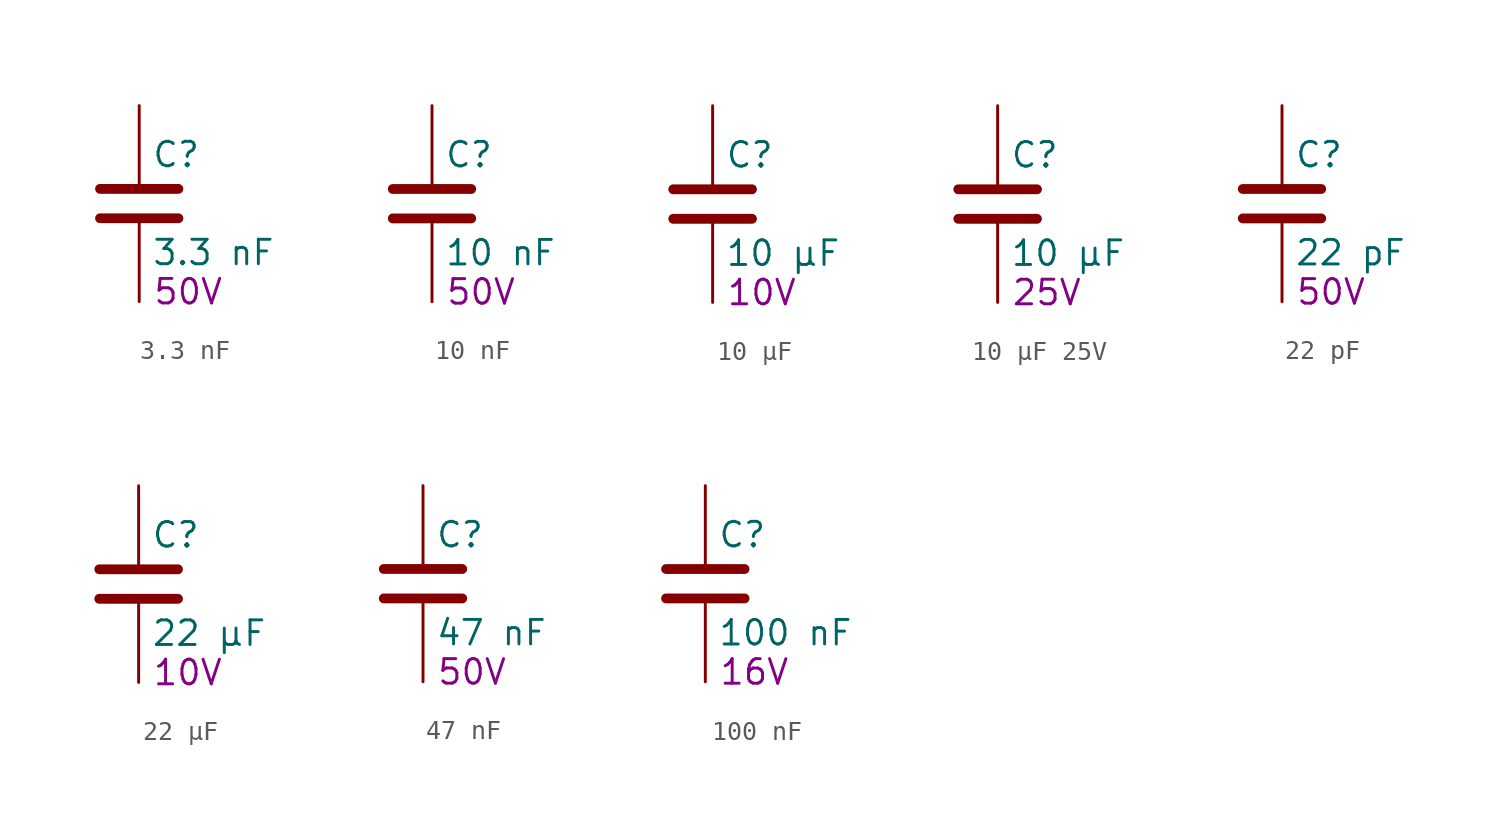
<source format=kicad_sym>
(kicad_symbol_lib
  (version 20241209)
  (generator "kicad_symbol_editor")
  (generator_version "9.0")
  (symbol "3.3 nF"
    (pin_numbers
      (hide yes))
    (pin_names
      (offset 0.254))
    (property "Reference" "C"
      (at 0.635 2.54 0)
      (effects (font (size 1.27 1.27)) (justify left)))
    (property "Value" "3.3 nF"
      (at 0.635 -2.54 0)
      (effects (font (size 1.27 1.27)) (justify left)))
    (property "Voltage Rating" "50V"
      (at 2.54 -4.572 0)
      (effects (font (size 1.27 1.27))))
    (symbol "3.3 nF_0_1"
      (polyline (pts (xy -2.032 0.762) (xy 2.032 0.762)) (stroke (width 0.508) (type default)) (fill (type none)))
      (polyline (pts (xy -2.032 -0.762) (xy 2.032 -0.762)) (stroke (width 0.508) (type default)) (fill (type none))))
    (symbol "3.3 nF_1_1"
      (pin passive line (at 0 5.08 270) (length 4.064) (name "~" (effects (font (size 1.27 1.27)))) (number "1" (effects (font (size 1.27 1.27)))))
      (pin passive line (at 0 -5.08 90) (length 4.064) (name "~" (effects (font (size 1.27 1.27)))) (number "2" (effects (font (size 1.27 1.27)))))))
  (symbol "10 nF"
    (pin_numbers
      (hide yes))
    (pin_names
      (offset 0.254))
    (property "Reference" "C"
      (at 0.635 2.54 0)
      (effects (font (size 1.27 1.27)) (justify left)))
    (property "Value" "10 nF"
      (at 0.635 -2.54 0)
      (effects (font (size 1.27 1.27)) (justify left)))
    (property "Voltage Rating" "50V"
      (at 2.54 -4.572 0)
      (effects (font (size 1.27 1.27))))
    (symbol "10 nF_0_1"
      (polyline (pts (xy -2.032 0.762) (xy 2.032 0.762)) (stroke (width 0.508) (type default)) (fill (type none)))
      (polyline (pts (xy -2.032 -0.762) (xy 2.032 -0.762)) (stroke (width 0.508) (type default)) (fill (type none))))
    (symbol "10 nF_1_1"
      (pin passive line (at 0 5.08 270) (length 4.064) (name "~" (effects (font (size 1.27 1.27)))) (number "1" (effects (font (size 1.27 1.27)))))
      (pin passive line (at 0 -5.08 90) (length 4.064) (name "~" (effects (font (size 1.27 1.27)))) (number "2" (effects (font (size 1.27 1.27)))))))
  (symbol "10 µF"
    (pin_numbers
      (hide yes))
    (pin_names
      (offset 0.254))
    (property "Reference" "C"
      (at 0.635 2.54 0)
      (effects (font (size 1.27 1.27)) (justify left)))
    (property "Value" "10 µF"
      (at 0.635 -2.54 0)
      (effects (font (size 1.27 1.27)) (justify left)))
    (property "Voltage Rating" "10V"
      (at 2.54 -4.572 0)
      (effects (font (size 1.27 1.27))))
    (symbol "10 µF_0_1"
      (polyline (pts (xy -2.032 0.762) (xy 2.032 0.762)) (stroke (width 0.508) (type default)) (fill (type none)))
      (polyline (pts (xy -2.032 -0.762) (xy 2.032 -0.762)) (stroke (width 0.508) (type default)) (fill (type none))))
    (symbol "10 µF_1_1"
      (pin passive line (at 0 5.08 270) (length 4.064) (name "~" (effects (font (size 1.27 1.27)))) (number "1" (effects (font (size 1.27 1.27)))))
      (pin passive line (at 0 -5.08 90) (length 4.064) (name "~" (effects (font (size 1.27 1.27)))) (number "2" (effects (font (size 1.27 1.27)))))))
  (symbol "10 µF 25V"
    (pin_numbers
      (hide yes))
    (pin_names
      (offset 0.254))
    (property "Reference" "C"
      (at 0.635 2.54 0)
      (effects (font (size 1.27 1.27)) (justify left)))
    (property "Value" "10 µF"
      (at 0.635 -2.54 0)
      (effects (font (size 1.27 1.27)) (justify left)))
    (property "Voltage Rating" "25V"
      (at 2.54 -4.572 0)
      (effects (font (size 1.27 1.27))))
    (symbol "10 µF 25V_0_1"
      (polyline (pts (xy -2.032 0.762) (xy 2.032 0.762)) (stroke (width 0.508) (type default)) (fill (type none)))
      (polyline (pts (xy -2.032 -0.762) (xy 2.032 -0.762)) (stroke (width 0.508) (type default)) (fill (type none))))
    (symbol "10 µF 25V_1_1"
      (pin passive line (at 0 5.08 270) (length 4.064) (name "~" (effects (font (size 1.27 1.27)))) (number "1" (effects (font (size 1.27 1.27)))))
      (pin passive line (at 0 -5.08 90) (length 4.064) (name "~" (effects (font (size 1.27 1.27)))) (number "2" (effects (font (size 1.27 1.27)))))))
  (symbol "22 pF"
    (pin_numbers
      (hide yes))
    (pin_names
      (offset 0.254))
    (property "Reference" "C"
      (at 0.635 2.54 0)
      (effects (font (size 1.27 1.27)) (justify left)))
    (property "Value" "22 pF"
      (at 0.635 -2.54 0)
      (effects (font (size 1.27 1.27)) (justify left)))
    (property "Voltage Rating" "50V"
      (at 2.54 -4.572 0)
      (effects (font (size 1.27 1.27))))
    (symbol "22 pF_0_1"
      (polyline (pts (xy -2.032 0.762) (xy 2.032 0.762)) (stroke (width 0.508) (type default)) (fill (type none)))
      (polyline (pts (xy -2.032 -0.762) (xy 2.032 -0.762)) (stroke (width 0.508) (type default)) (fill (type none))))
    (symbol "22 pF_1_1"
      (pin passive line (at 0 5.08 270) (length 4.064) (name "~" (effects (font (size 1.27 1.27)))) (number "1" (effects (font (size 1.27 1.27)))))
      (pin passive line (at 0 -5.08 90) (length 4.064) (name "~" (effects (font (size 1.27 1.27)))) (number "2" (effects (font (size 1.27 1.27)))))))
  (symbol "22 µF"
    (pin_numbers
      (hide yes))
    (pin_names
      (offset 0.254))
    (property "Reference" "C"
      (at 0.635 2.54 0)
      (effects (font (size 1.27 1.27)) (justify left)))
    (property "Value" "22 µF"
      (at 0.635 -2.54 0)
      (effects (font (size 1.27 1.27)) (justify left)))
    (property "Voltage Rating" "10V"
      (at 2.54 -4.572 0)
      (effects (font (size 1.27 1.27))))
    (symbol "22 µF_0_1"
      (polyline (pts (xy -2.032 0.762) (xy 2.032 0.762)) (stroke (width 0.508) (type default)) (fill (type none)))
      (polyline (pts (xy -2.032 -0.762) (xy 2.032 -0.762)) (stroke (width 0.508) (type default)) (fill (type none))))
    (symbol "22 µF_1_1"
      (pin passive line (at 0 5.08 270) (length 4.064) (name "~" (effects (font (size 1.27 1.27)))) (number "1" (effects (font (size 1.27 1.27)))))
      (pin passive line (at 0 -5.08 90) (length 4.064) (name "~" (effects (font (size 1.27 1.27)))) (number "2" (effects (font (size 1.27 1.27)))))))
  (symbol "47 nF"
    (pin_numbers
      (hide yes))
    (pin_names
      (offset 0.254))
    (property "Reference" "C"
      (at 0.635 2.54 0)
      (effects (font (size 1.27 1.27)) (justify left)))
    (property "Value" "47 nF"
      (at 0.635 -2.54 0)
      (effects (font (size 1.27 1.27)) (justify left)))
    (property "Voltage Rating" "50V"
      (at 2.54 -4.572 0)
      (effects (font (size 1.27 1.27))))
    (symbol "47 nF_0_1"
      (polyline (pts (xy -2.032 0.762) (xy 2.032 0.762)) (stroke (width 0.508) (type default)) (fill (type none)))
      (polyline (pts (xy -2.032 -0.762) (xy 2.032 -0.762)) (stroke (width 0.508) (type default)) (fill (type none))))
    (symbol "47 nF_1_1"
      (pin passive line (at 0 5.08 270) (length 4.064) (name "~" (effects (font (size 1.27 1.27)))) (number "1" (effects (font (size 1.27 1.27)))))
      (pin passive line (at 0 -5.08 90) (length 4.064) (name "~" (effects (font (size 1.27 1.27)))) (number "2" (effects (font (size 1.27 1.27)))))))
  (symbol "100 nF"
    (pin_numbers
      (hide yes))
    (pin_names
      (offset 0.254))
    (property "Reference" "C"
      (at 0.635 2.54 0)
      (effects (font (size 1.27 1.27)) (justify left)))
    (property "Value" "100 nF"
      (at 0.635 -2.54 0)
      (effects (font (size 1.27 1.27)) (justify left)))
    (property "Voltage Rating" "16V"
      (at 2.54 -4.572 0)
      (effects (font (size 1.27 1.27))))
    (symbol "100 nF_0_1"
      (polyline (pts (xy -2.032 0.762) (xy 2.032 0.762)) (stroke (width 0.508) (type default)) (fill (type none)))
      (polyline (pts (xy -2.032 -0.762) (xy 2.032 -0.762)) (stroke (width 0.508) (type default)) (fill (type none))))
    (symbol "100 nF_1_1"
      (pin passive line (at 0 5.08 270) (length 4.064) (name "~" (effects (font (size 1.27 1.27)))) (number "1" (effects (font (size 1.27 1.27)))))
      (pin passive line (at 0 -5.08 90) (length 4.064) (name "~" (effects (font (size 1.27 1.27)))) (number "2" (effects (font (size 1.27 1.27))))))))
</source>
